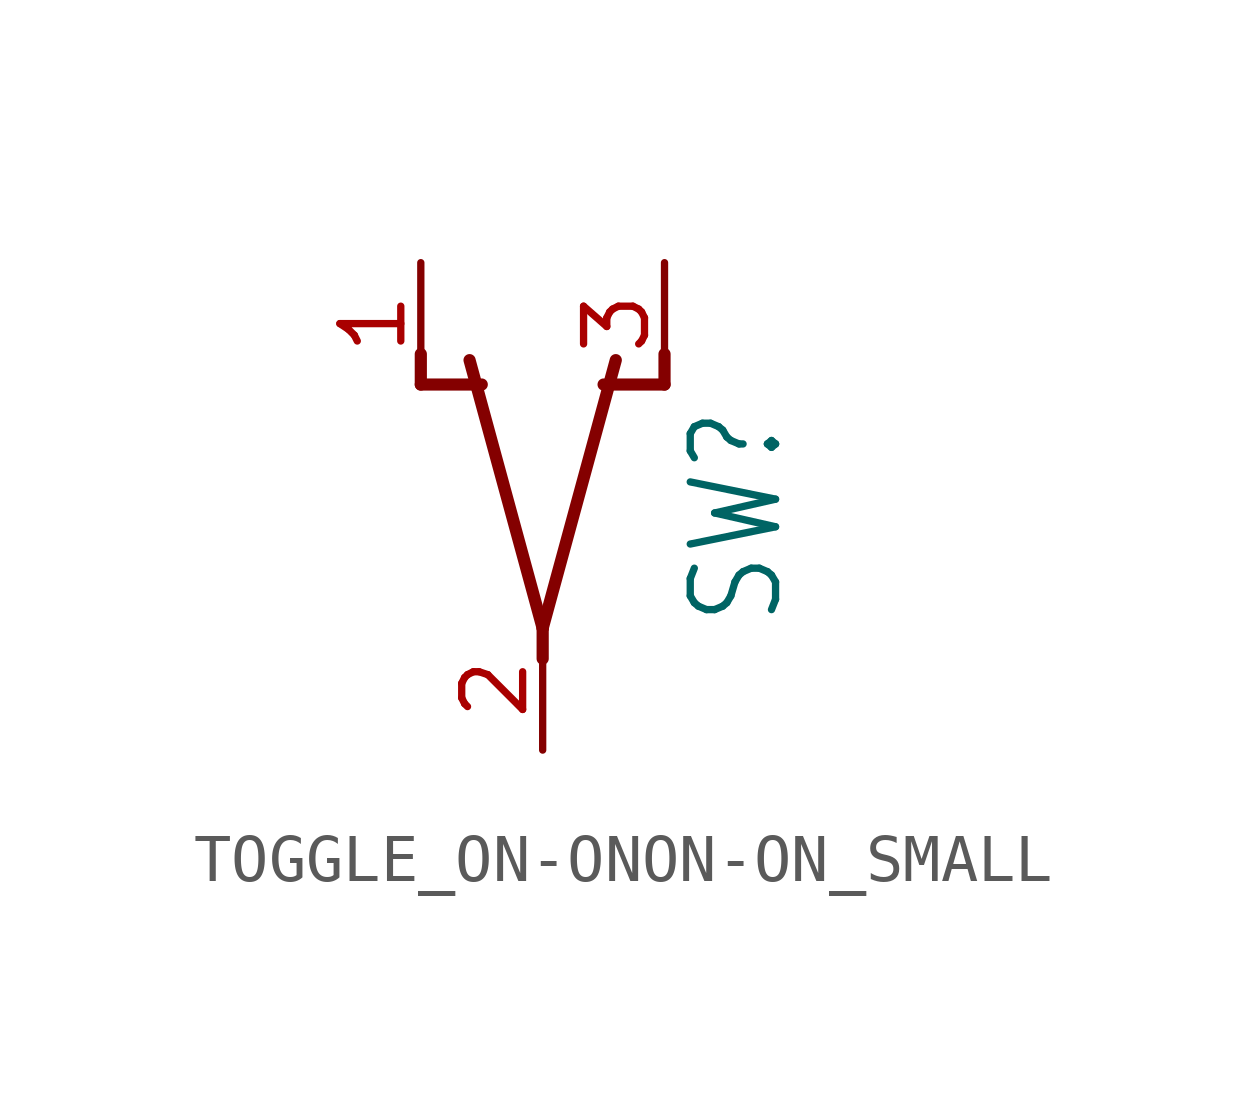
<source format=kicad_sym>
(kicad_symbol_lib
  (version 20231120)
  (generator "kicad_symbol_editor")
  (generator_version "8.0")
  (symbol "TOGGLE_ON-ONON-ON_SMALL"
    (property "Reference" "SW"
      (at 5.08 -2.54 90)
      (effects (font (size 1.778 1.511)) (justify left bottom)))
    (property "Value" ""
      (at 7.62 -2.54 90)
      (effects (font (size 1.778 1.511)) (justify left bottom)))
    (property "ki_locked" ""
      (at 0 0 0)
      (effects (font (size 1.27 1.27))))
    (symbol "TOGGLE_ON-ONON-ON_SMALL_1_0"
      (polyline (pts (xy -2.54 2.54) (xy -2.54 3.175)) (stroke (width 0.254) (type solid)) (fill (type none)))
      (polyline (pts (xy -2.54 2.54) (xy -1.27 2.54)) (stroke (width 0.254) (type solid)) (fill (type none)))
      (polyline (pts (xy 0 -3.175) (xy 0 -2.54)) (stroke (width 0.254) (type solid)) (fill (type none)))
      (polyline (pts (xy 0 -2.54) (xy -1.524 3.048)) (stroke (width 0.254) (type solid)) (fill (type none)))
      (polyline (pts (xy 0 -2.54) (xy 1.524 3.048)) (stroke (width 0.254) (type solid)) (fill (type none)))
      (polyline (pts (xy 1.27 2.54) (xy 2.54 2.54)) (stroke (width 0.254) (type solid)) (fill (type none)))
      (polyline (pts (xy 2.54 2.54) (xy 2.54 3.175)) (stroke (width 0.254) (type solid)) (fill (type none)))
      (pin passive line (at -2.54 5.08 270) (length 2.54) (name "O" (effects (font (size 0 0)))) (number "1" (effects (font (size 1.27 1.27)))))
      (pin passive line (at 0 -5.08 90) (length 2.54) (name "P" (effects (font (size 0 0)))) (number "2" (effects (font (size 1.27 1.27)))))
      (pin passive line (at 2.54 5.08 270) (length 2.54) (name "S" (effects (font (size 0 0)))) (number "3" (effects (font (size 1.27 1.27))))))))
</source>
